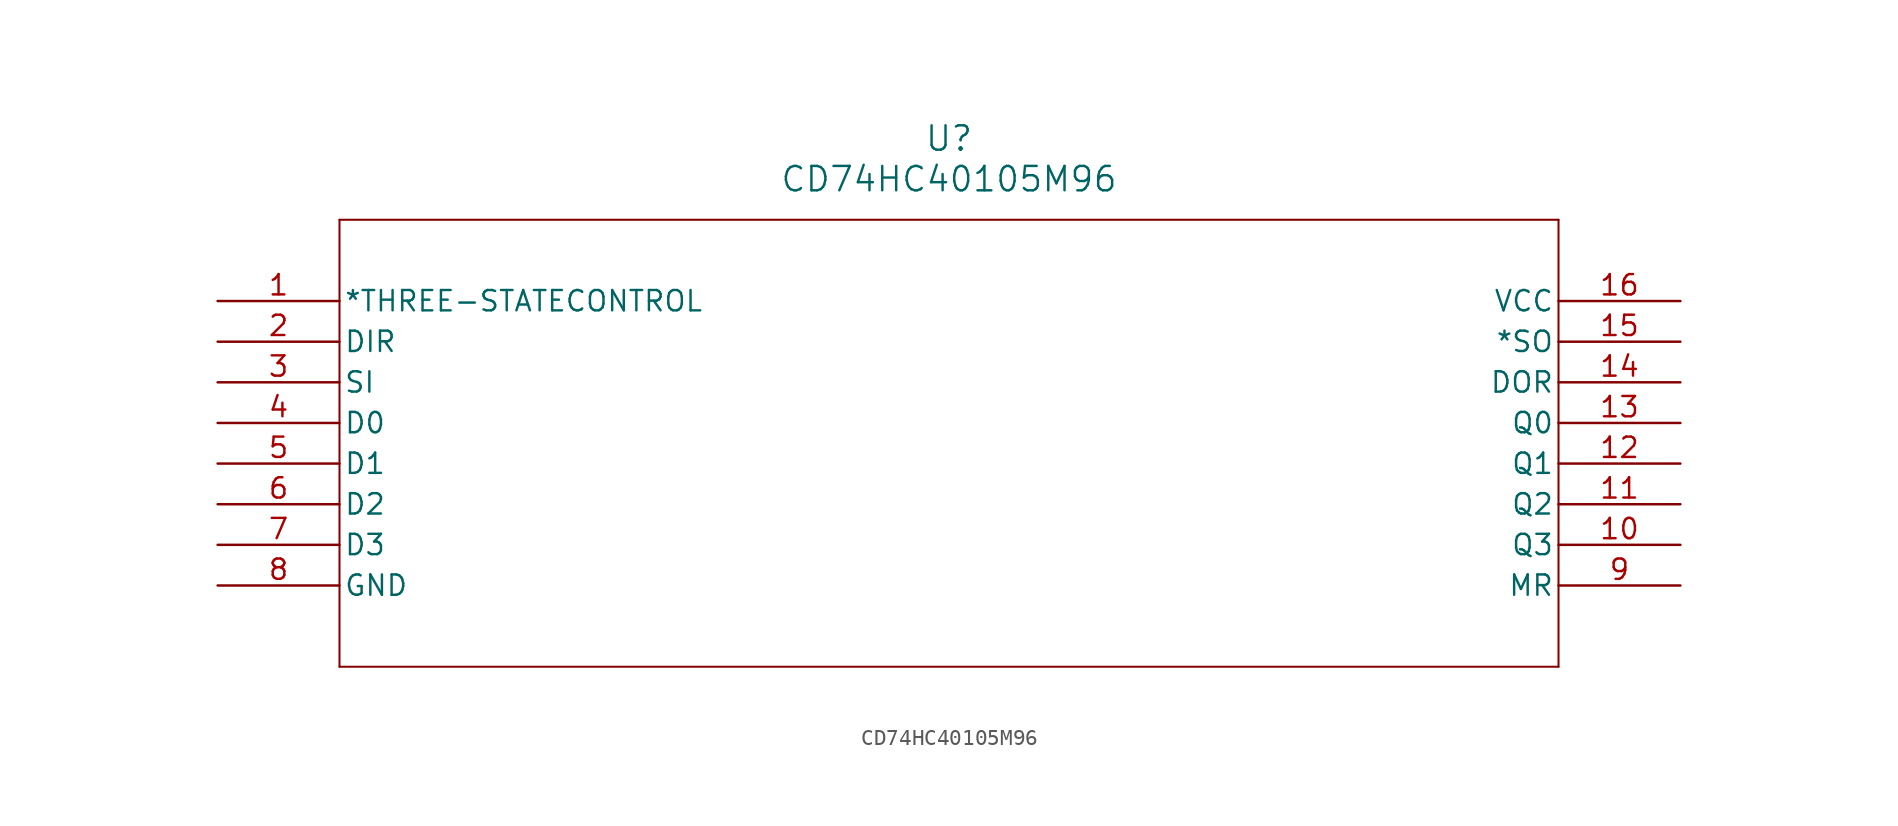
<source format=kicad_sym>
(kicad_symbol_lib
  (version 20211014)
  (generator kicad_symbol_editor)
  (symbol "CD74HC40105M96"
    (pin_names
      (offset 0.254))
    (property "Reference" "U"
      (at 45.72 10.16 0)
      (effects (font (size 1.524 1.524))))
    (property "Value" "CD74HC40105M96"
      (at 45.72 7.62 0)
      (effects (font (size 1.524 1.524))))
    (symbol "CD74HC40105M96_0_1"
      (polyline (pts (xy 7.62 5.08) (xy 7.62 -22.86)) (stroke (width 0.127) (type default) (color 0 0 0 0)) (fill (type none)))
      (polyline (pts (xy 7.62 -22.86) (xy 83.82 -22.86)) (stroke (width 0.127) (type default) (color 0 0 0 0)) (fill (type none)))
      (polyline (pts (xy 83.82 -22.86) (xy 83.82 5.08)) (stroke (width 0.127) (type default) (color 0 0 0 0)) (fill (type none)))
      (polyline (pts (xy 83.82 5.08) (xy 7.62 5.08)) (stroke (width 0.127) (type default) (color 0 0 0 0)) (fill (type none)))
      (pin unspecified line (at 0 0 0) (length 7.62) (name "*THREE-STATECONTROL" (effects (font (size 1.27 1.27)))) (number "1" (effects (font (size 1.27 1.27)))))
      (pin input line (at 0 -2.54 0) (length 7.62) (name "DIR" (effects (font (size 1.27 1.27)))) (number "2" (effects (font (size 1.27 1.27)))))
      (pin input line (at 0 -5.08 0) (length 7.62) (name "SI" (effects (font (size 1.27 1.27)))) (number "3" (effects (font (size 1.27 1.27)))))
      (pin input line (at 0 -7.62 0) (length 7.62) (name "D0" (effects (font (size 1.27 1.27)))) (number "4" (effects (font (size 1.27 1.27)))))
      (pin input line (at 0 -10.16 0) (length 7.62) (name "D1" (effects (font (size 1.27 1.27)))) (number "5" (effects (font (size 1.27 1.27)))))
      (pin input line (at 0 -12.7 0) (length 7.62) (name "D2" (effects (font (size 1.27 1.27)))) (number "6" (effects (font (size 1.27 1.27)))))
      (pin input line (at 0 -15.24 0) (length 7.62) (name "D3" (effects (font (size 1.27 1.27)))) (number "7" (effects (font (size 1.27 1.27)))))
      (pin power_in line (at 0 -17.78 0) (length 7.62) (name "GND" (effects (font (size 1.27 1.27)))) (number "8" (effects (font (size 1.27 1.27)))))
      (pin input line (at 91.44 -17.78 180) (length 7.62) (name "MR" (effects (font (size 1.27 1.27)))) (number "9" (effects (font (size 1.27 1.27)))))
      (pin output line (at 91.44 -15.24 180) (length 7.62) (name "Q3" (effects (font (size 1.27 1.27)))) (number "10" (effects (font (size 1.27 1.27)))))
      (pin output line (at 91.44 -12.7 180) (length 7.62) (name "Q2" (effects (font (size 1.27 1.27)))) (number "11" (effects (font (size 1.27 1.27)))))
      (pin output line (at 91.44 -10.16 180) (length 7.62) (name "Q1" (effects (font (size 1.27 1.27)))) (number "12" (effects (font (size 1.27 1.27)))))
      (pin output line (at 91.44 -7.62 180) (length 7.62) (name "Q0" (effects (font (size 1.27 1.27)))) (number "13" (effects (font (size 1.27 1.27)))))
      (pin output line (at 91.44 -5.08 180) (length 7.62) (name "DOR" (effects (font (size 1.27 1.27)))) (number "14" (effects (font (size 1.27 1.27)))))
      (pin input line (at 91.44 -2.54 180) (length 7.62) (name "*SO" (effects (font (size 1.27 1.27)))) (number "15" (effects (font (size 1.27 1.27)))))
      (pin power_in line (at 91.44 0 180) (length 7.62) (name "VCC" (effects (font (size 1.27 1.27)))) (number "16" (effects (font (size 1.27 1.27))))))))
</source>
